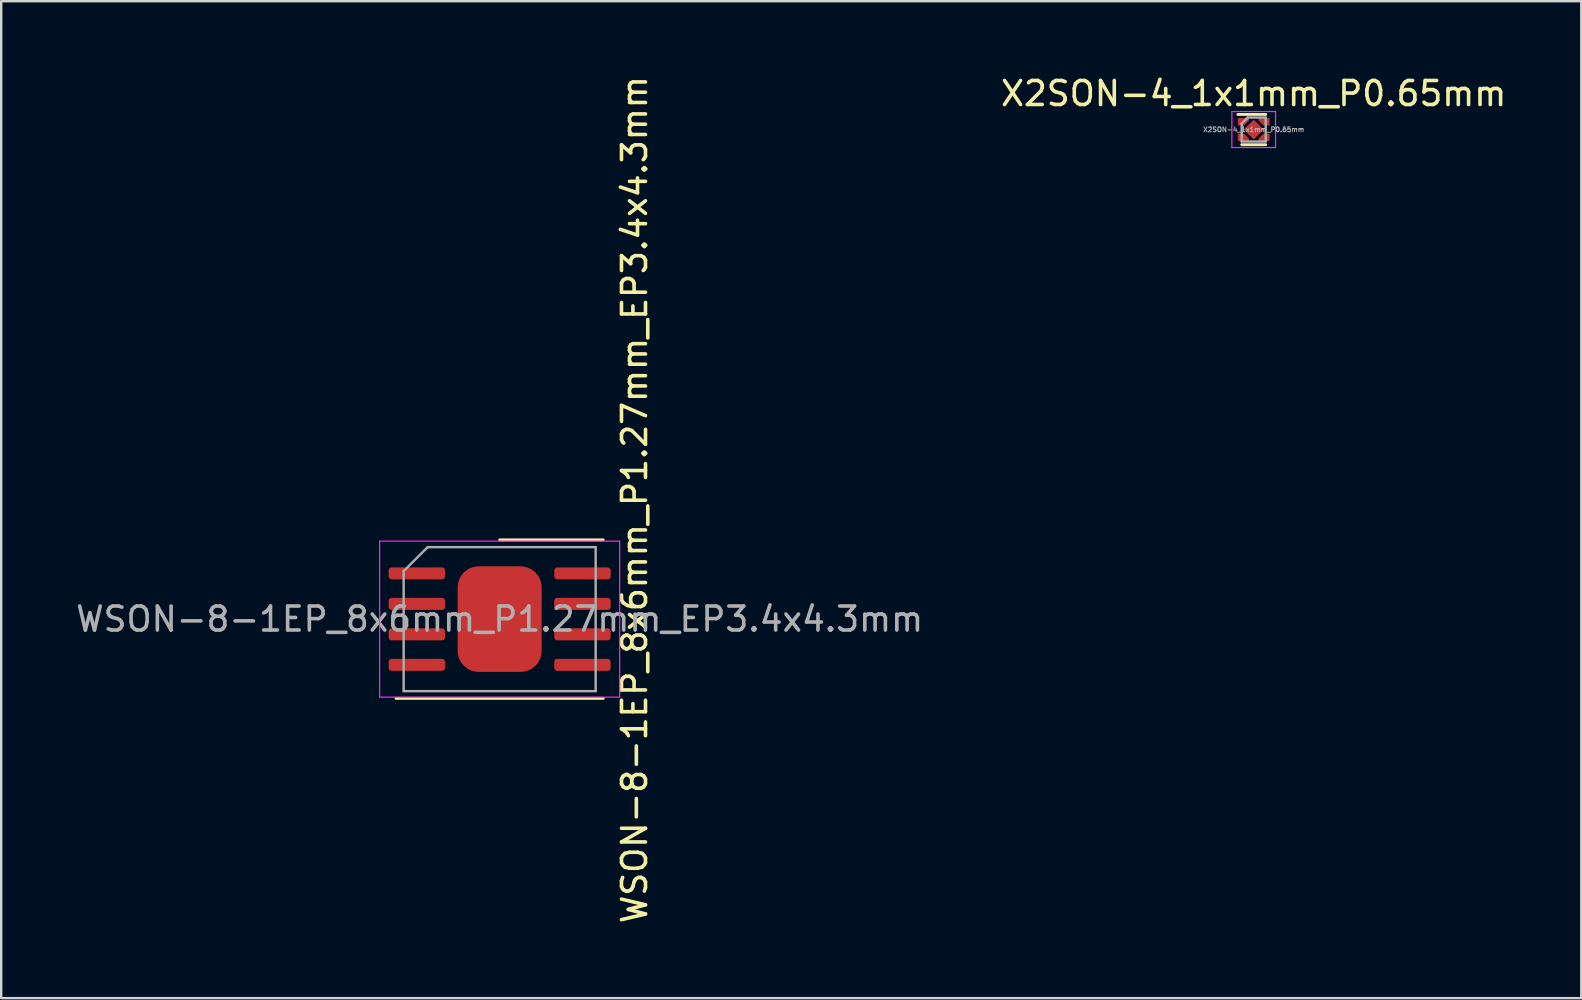
<source format=kicad_pcb>
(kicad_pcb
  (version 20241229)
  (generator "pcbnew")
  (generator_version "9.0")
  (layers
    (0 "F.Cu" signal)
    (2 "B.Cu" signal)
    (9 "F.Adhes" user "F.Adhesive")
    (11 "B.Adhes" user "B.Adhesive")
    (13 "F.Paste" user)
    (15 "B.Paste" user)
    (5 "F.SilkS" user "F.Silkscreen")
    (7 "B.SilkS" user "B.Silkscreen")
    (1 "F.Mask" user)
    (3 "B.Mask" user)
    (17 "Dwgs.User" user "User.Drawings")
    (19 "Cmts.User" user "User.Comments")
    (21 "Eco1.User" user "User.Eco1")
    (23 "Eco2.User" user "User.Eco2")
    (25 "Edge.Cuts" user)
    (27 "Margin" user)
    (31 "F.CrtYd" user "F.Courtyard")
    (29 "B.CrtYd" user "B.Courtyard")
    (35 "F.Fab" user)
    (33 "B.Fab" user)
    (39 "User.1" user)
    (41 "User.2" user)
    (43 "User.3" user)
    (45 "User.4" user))
  (footprint "X2SON-4_1x1mm_P0.65mm"
    (layer "F.Cu")
    (at 49.185 2.348)
    (property "Reference" "X2SON-4_1x1mm_P0.65mm" (at 0 -1.5 0) (layer "F.SilkS") (effects (font (size 1 1) (thickness 0.15))))
    (attr smd)
    (fp_line (start -0.66 -0.63) (end 0.5 -0.63) (stroke (width 0.12) (type solid)) (layer "F.SilkS"))
    (fp_line (start -0.5 0.63) (end 0.5 0.63) (stroke (width 0.12) (type solid)) (layer "F.SilkS"))
    (fp_line (start -0.91 -0.75) (end 0.91 -0.75) (stroke (width 0.05) (type solid)) (layer "F.CrtYd"))
    (fp_line (start -0.91 0.75) (end -0.91 -0.75) (stroke (width 0.05) (type solid)) (layer "F.CrtYd"))
    (fp_line (start 0.91 -0.75) (end 0.91 0.75) (stroke (width 0.05) (type solid)) (layer "F.CrtYd"))
    (fp_line (start 0.91 0.75) (end -0.91 0.75) (stroke (width 0.05) (type solid)) (layer "F.CrtYd"))
    (fp_line (start -0.5 -0.25) (end -0.25 -0.5) (stroke (width 0.1) (type solid)) (layer "F.Fab"))
    (fp_line (start -0.5 0.5) (end -0.5 -0.25) (stroke (width 0.1) (type solid)) (layer "F.Fab"))
    (fp_line (start -0.25 -0.5) (end 0.5 -0.5) (stroke (width 0.1) (type solid)) (layer "F.Fab"))
    (fp_line (start 0.5 -0.5) (end 0.5 0.5) (stroke (width 0.1) (type solid)) (layer "F.Fab"))
    (fp_line (start 0.5 0.5) (end -0.5 0.5) (stroke (width 0.1) (type solid)) (layer "F.Fab"))
    (fp_text user "${REFERENCE}" (at 0 0 0) (layer "F.Fab") (effects (font (size 0.2 0.2) (thickness 0.04))))
    (pad "" smd custom (at -0.43 -0.325) (size 0.148 0.148) (layers "F.Mask") (options (anchor circle)) (primitives (gr_poly (pts (xy 0.18 -0.105) (xy 0.18 -0.075) (xy 0 0.105) (xy 0.18 -0.075) (xy 0 0.105) (xy -0.18 0.105) (xy -0.18 -0.105)) (width 0) (fill yes))))
    (pad "" smd custom (at -0.43 -0.325) (size 0.148 0.148) (layers "F.Paste") (options (anchor circle)) (primitives (gr_poly (pts (xy 0 0.105) (xy 0.18 -0.075) (xy 0.18 -0.105) (xy -0.22 -0.105) (xy -0.22 0.105)) (width 0) (fill yes))))
    (pad "" smd custom (at -0.43 0.325) (size 0.148 0.148) (layers "F.Mask") (options (anchor circle)) (primitives (gr_poly (pts (xy 0.18 0.105) (xy 0.18 0.075) (xy 0 -0.105) (xy 0.18 0.075) (xy 0 -0.105) (xy -0.18 -0.105) (xy -0.18 0.105)) (width 0) (fill yes))))
    (pad "" smd custom (at -0.43 0.325) (size 0.148 0.148) (layers "F.Paste") (options (anchor circle)) (primitives (gr_poly (pts (xy 0.18 0.075) (xy 0.18 0.105) (xy -0.22 0.105) (xy -0.22 -0.105) (xy 0 -0.105)) (width 0) (fill yes))))
    (pad "" smd custom (at 0.43 -0.325) (size 0.148 0.148) (layers "F.Mask") (options (anchor circle)) (primitives (gr_poly (pts (xy -0.18 -0.105) (xy -0.18 -0.075) (xy 0 0.105) (xy -0.18 -0.075) (xy 0 0.105) (xy 0.18 0.105) (xy 0.18 -0.105)) (width 0) (fill yes))))
    (pad "" smd custom (at 0.43 -0.325) (size 0.148 0.148) (layers "F.Paste") (options (anchor circle)) (primitives (gr_poly (pts (xy 0.22 -0.105) (xy 0.22 0.105) (xy 0 0.105) (xy -0.18 -0.075) (xy -0.18 -0.105)) (width 0) (fill yes))))
    (pad "" smd custom (at 0.43 0.325) (size 0.148 0.148) (layers "F.Mask") (options (anchor circle)) (primitives (gr_poly (pts (xy -0.18 0.105) (xy -0.18 0.075) (xy 0 -0.105) (xy -0.18 0.075) (xy 0 -0.105) (xy 0.18 -0.105) (xy 0.18 0.105)) (width 0) (fill yes))))
    (pad "" smd custom (at 0.43 0.325) (size 0.148 0.148) (layers "F.Paste") (options (anchor circle)) (primitives (gr_poly (pts (xy 0 -0.105) (xy -0.18 0.075) (xy -0.18 0.105) (xy 0.22 0.105) (xy 0.22 -0.105)) (width 0) (fill yes))))
    (pad "1" smd custom (at -0.43 -0.325) (size 0.148 0.148) (layers "F.Cu") (options (anchor circle)) (primitives (gr_poly (pts (xy 0.23 -0.155) (xy -0.23 -0.155) (xy -0.23 0.155) (xy 0.021 0.155) (xy 0.23 -0.054)) (width 0) (fill yes))))
    (pad "2" smd custom (at -0.43 0.325) (size 0.148 0.148) (layers "F.Cu") (options (anchor circle)) (primitives (gr_poly (pts (xy 0.23 0.054) (xy 0.23 0.155) (xy -0.23 0.155) (xy -0.23 -0.155) (xy 0.021 -0.155)) (width 0) (fill yes))))
    (pad "3" smd custom (at 0.43 0.325) (size 0.148 0.148) (layers "F.Cu") (options (anchor circle)) (primitives (gr_poly (pts (xy 0.23 0.155) (xy 0.23 -0.155) (xy -0.021 -0.155) (xy -0.23 0.054) (xy -0.23 0.155)) (width 0) (fill yes))))
    (pad "4" smd custom (at 0.43 -0.325) (size 0.148 0.148) (layers "F.Cu") (options (anchor circle)) (primitives (gr_poly (pts (xy -0.23 -0.155) (xy 0.23 -0.155) (xy 0.23 0.155) (xy -0.021 0.155) (xy -0.23 -0.054)) (width 0) (fill yes))))
    (pad "5" smd rect (at 0 0 45) (size 0.58 0.58) (layers "F.Cu" "F.Mask" "F.Paste")))
  (footprint "WSON-8-1EP_8x6mm_P1.27mm_EP3.4x4.3mm"
    (layer "F.Cu")
    (at 17.768 22.745)
    (property "Reference" "WSON-8-1EP_8x6mm_P1.27mm_EP3.4x4.3mm" (at 5.621 -4.977 270) (layer "F.SilkS") (effects (font (size 1 1) (thickness 0.15))))
    (attr smd)
    (fp_line (start -4.318 3.302) (end 4.318 3.302) (stroke (width 0.12) (type solid)) (layer "F.SilkS"))
    (fp_line (start 0 -3.302) (end 4.318 -3.302) (stroke (width 0.12) (type solid)) (layer "F.SilkS"))
    (fp_line (start -5 -3.25) (end -5 3.25) (stroke (width 0.05) (type solid)) (layer "F.CrtYd"))
    (fp_line (start -5 3.25) (end 5 3.25) (stroke (width 0.05) (type solid)) (layer "F.CrtYd"))
    (fp_line (start 5 -3.25) (end -5 -3.25) (stroke (width 0.05) (type solid)) (layer "F.CrtYd"))
    (fp_line (start 5 3.25) (end 5 -3.25) (stroke (width 0.05) (type solid)) (layer "F.CrtYd"))
    (fp_line (start -4 -2) (end -3 -3) (stroke (width 0.1) (type solid)) (layer "F.Fab"))
    (fp_line (start -4 3) (end -4 -2) (stroke (width 0.1) (type solid)) (layer "F.Fab"))
    (fp_line (start -3 -3) (end 4 -3) (stroke (width 0.1) (type solid)) (layer "F.Fab"))
    (fp_line (start 4 -3) (end 4 3) (stroke (width 0.1) (type solid)) (layer "F.Fab"))
    (fp_line (start 4 3) (end -4 3) (stroke (width 0.1) (type solid)) (layer "F.Fab"))
    (fp_text user "${REFERENCE}" (at 0 0 0) (layer "F.Fab") (effects (font (size 1 1) (thickness 0.15))))
    (pad "" smd roundrect (at -0.85 -1.075) (size 1.37 1.73) (layers "F.Paste") (roundrect_rratio 0.182))
    (pad "" smd roundrect (at -0.85 1.075) (size 1.37 1.73) (layers "F.Paste") (roundrect_rratio 0.182))
    (pad "" smd roundrect (at 0.85 -1.075) (size 1.37 1.73) (layers "F.Paste") (roundrect_rratio 0.182))
    (pad "" smd roundrect (at 0.85 1.075) (size 1.37 1.73) (layers "F.Paste") (roundrect_rratio 0.182))
    (pad "1" smd roundrect (at -3.45 -1.905) (size 2.35 0.5) (layers "F.Cu" "F.Mask" "F.Paste") (roundrect_rratio 0.25))
    (pad "2" smd roundrect (at -3.45 -0.635) (size 2.35 0.5) (layers "F.Cu" "F.Mask" "F.Paste") (roundrect_rratio 0.25))
    (pad "3" smd roundrect (at -3.45 0.635) (size 2.35 0.5) (layers "F.Cu" "F.Mask" "F.Paste") (roundrect_rratio 0.25))
    (pad "4" smd roundrect (at -3.45 1.905) (size 2.35 0.5) (layers "F.Cu" "F.Mask" "F.Paste") (roundrect_rratio 0.25))
    (pad "5" smd roundrect (at 3.45 1.905) (size 2.35 0.5) (layers "F.Cu" "F.Mask" "F.Paste") (roundrect_rratio 0.25))
    (pad "6" smd roundrect (at 3.45 0.635) (size 2.35 0.5) (layers "F.Cu" "F.Mask" "F.Paste") (roundrect_rratio 0.25))
    (pad "7" smd roundrect (at 3.45 -0.635) (size 2.35 0.5) (layers "F.Cu" "F.Mask" "F.Paste") (roundrect_rratio 0.25))
    (pad "8" smd roundrect (at 3.45 -1.905) (size 2.35 0.5) (layers "F.Cu" "F.Mask" "F.Paste") (roundrect_rratio 0.25))
    (pad "9" smd roundrect (at 0 0) (size 3.5 4.4) (layers "F.Cu" "F.Mask") (roundrect_rratio 0.25)))
  (gr_rect
    (start -3 -3)
    (end 62.833 38.536)
    (stroke (width 0.1) (type default))
    (fill no)
    (layer "Edge.Cuts")))
</source>
